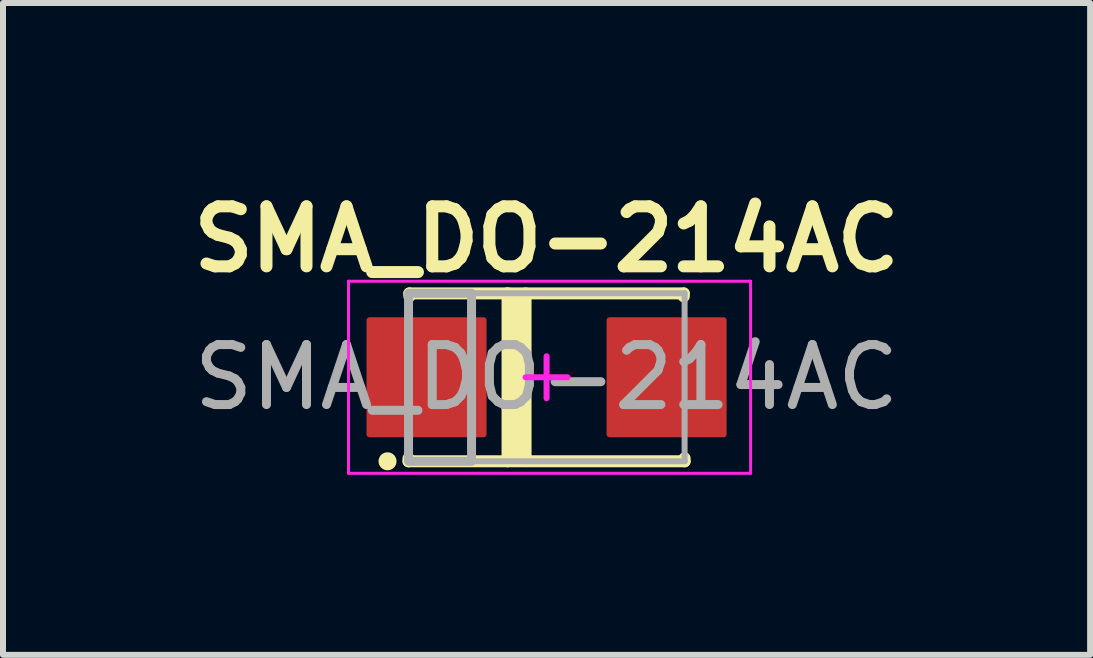
<source format=kicad_pcb>
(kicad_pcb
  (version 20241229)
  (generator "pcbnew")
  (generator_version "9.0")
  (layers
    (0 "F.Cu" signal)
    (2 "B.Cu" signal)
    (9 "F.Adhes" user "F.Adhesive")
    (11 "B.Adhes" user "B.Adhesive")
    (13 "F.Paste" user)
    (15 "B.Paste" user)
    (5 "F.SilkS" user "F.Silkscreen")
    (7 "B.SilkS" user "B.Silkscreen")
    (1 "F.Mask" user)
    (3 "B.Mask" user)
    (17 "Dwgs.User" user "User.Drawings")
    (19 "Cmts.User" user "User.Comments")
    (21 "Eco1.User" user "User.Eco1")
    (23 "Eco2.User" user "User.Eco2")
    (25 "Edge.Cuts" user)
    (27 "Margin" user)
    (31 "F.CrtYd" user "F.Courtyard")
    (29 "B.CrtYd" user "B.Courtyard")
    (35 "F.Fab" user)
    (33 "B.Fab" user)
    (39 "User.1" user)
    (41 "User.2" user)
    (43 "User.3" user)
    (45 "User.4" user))
  (footprint "SMA_DO-214AC"
    (layer "F.Cu")
    (at 6.057 3.236)
    (property "Reference" "SMA_DO-214AC" (at 0 -2.3 0) (layer "F.SilkS") (effects (font (size 1 1) (thickness 0.2))))
    (attr through_hole)
    (fp_line (start -2.3 1.4) (end -2.3 1.35) (stroke (width 0.2) (type solid)) (layer "F.SilkS"))
    (fp_line (start -2.286 -1.397) (end -2.286 -1.347) (stroke (width 0.2) (type solid)) (layer "F.SilkS"))
    (fp_line (start -0.65 -1.4) (end -0.65 1.4) (stroke (width 0.2) (type solid)) (layer "F.SilkS"))
    (fp_line (start -0.6 -1.4) (end -0.6 1.3) (stroke (width 0.15) (type solid)) (layer "F.SilkS"))
    (fp_line (start -0.6 1.3) (end -0.6 1.4) (stroke (width 0.15) (type solid)) (layer "F.SilkS"))
    (fp_line (start -0.475 -1.397) (end -0.475 1.397) (stroke (width 0.15) (type solid)) (layer "F.SilkS"))
    (fp_line (start -0.35 -1.397) (end -0.35 1.397) (stroke (width 0.2) (type solid)) (layer "F.SilkS"))
    (fp_line (start 2.286 -1.397) (end -2.286 -1.397) (stroke (width 0.2) (type solid)) (layer "F.SilkS"))
    (fp_line (start 2.286 -1.397) (end 2.286 -1.347) (stroke (width 0.2) (type solid)) (layer "F.SilkS"))
    (fp_line (start 2.3 1.4) (end -2.3 1.4) (stroke (width 0.2) (type solid)) (layer "F.SilkS"))
    (fp_line (start 2.3 1.4) (end 2.3 1.35) (stroke (width 0.2) (type solid)) (layer "F.SilkS"))
    (fp_circle (center -2.65 1.4) (end -2.575 1.4) (stroke (width 0.15) (type solid)) (fill no) (layer "F.SilkS"))
    (fp_line (start -3.3 -1.6) (end 3.4 -1.6) (stroke (width 0.05) (type solid)) (layer "F.CrtYd"))
    (fp_line (start -3.3 1.6) (end -3.3 -1.6) (stroke (width 0.05) (type solid)) (layer "F.CrtYd"))
    (fp_line (start 0 -0.35) (end 0 0.35) (stroke (width 0.1) (type solid)) (layer "F.CrtYd"))
    (fp_line (start 0.35 0) (end -0.35 0) (stroke (width 0.1) (type solid)) (layer "F.CrtYd"))
    (fp_line (start 3.4 -1.6) (end 3.4 1.6) (stroke (width 0.05) (type solid)) (layer "F.CrtYd"))
    (fp_line (start 3.4 1.6) (end -3.3 1.6) (stroke (width 0.05) (type solid)) (layer "F.CrtYd"))
    (fp_line (start -2.3 -1.4) (end 2.3 -1.4) (stroke (width 0.1) (type solid)) (layer "F.Fab"))
    (fp_line (start -2.3 1.4) (end -2.3 -1.4) (stroke (width 0.1) (type solid)) (layer "F.Fab"))
    (fp_line (start 2.3 -1.4) (end 2.3 1.4) (stroke (width 0.1) (type solid)) (layer "F.Fab"))
    (fp_line (start 2.3 1.4) (end -2.3 1.4) (stroke (width 0.1) (type solid)) (layer "F.Fab"))
    (fp_poly (pts (xy -2.3 -1.4) (xy -1.25 -1.4) (xy -1.25 1.4) (xy -2.3 1.4)) (stroke (width 0.15) (type solid)) (fill no) (layer "F.Fab"))
    (fp_text user "${REFERENCE}" (at 0 0 0) (layer "F.Fab") (effects (font (size 1 1) (thickness 0.15))))
    (pad "A" smd roundrect (at 2 0) (size 2 2) (layers "F.Cu" "F.Mask" "F.Paste") (roundrect_rratio 0.025))
    (pad "K" smd roundrect (at -2 0) (size 2 2) (layers "F.Cu" "F.Mask" "F.Paste") (roundrect_rratio 0.025)))
  (gr_rect
    (start -3 -3)
    (end 15.114 7.861)
    (stroke (width 0.1) (type default))
    (fill no)
    (layer "Edge.Cuts")))
</source>
